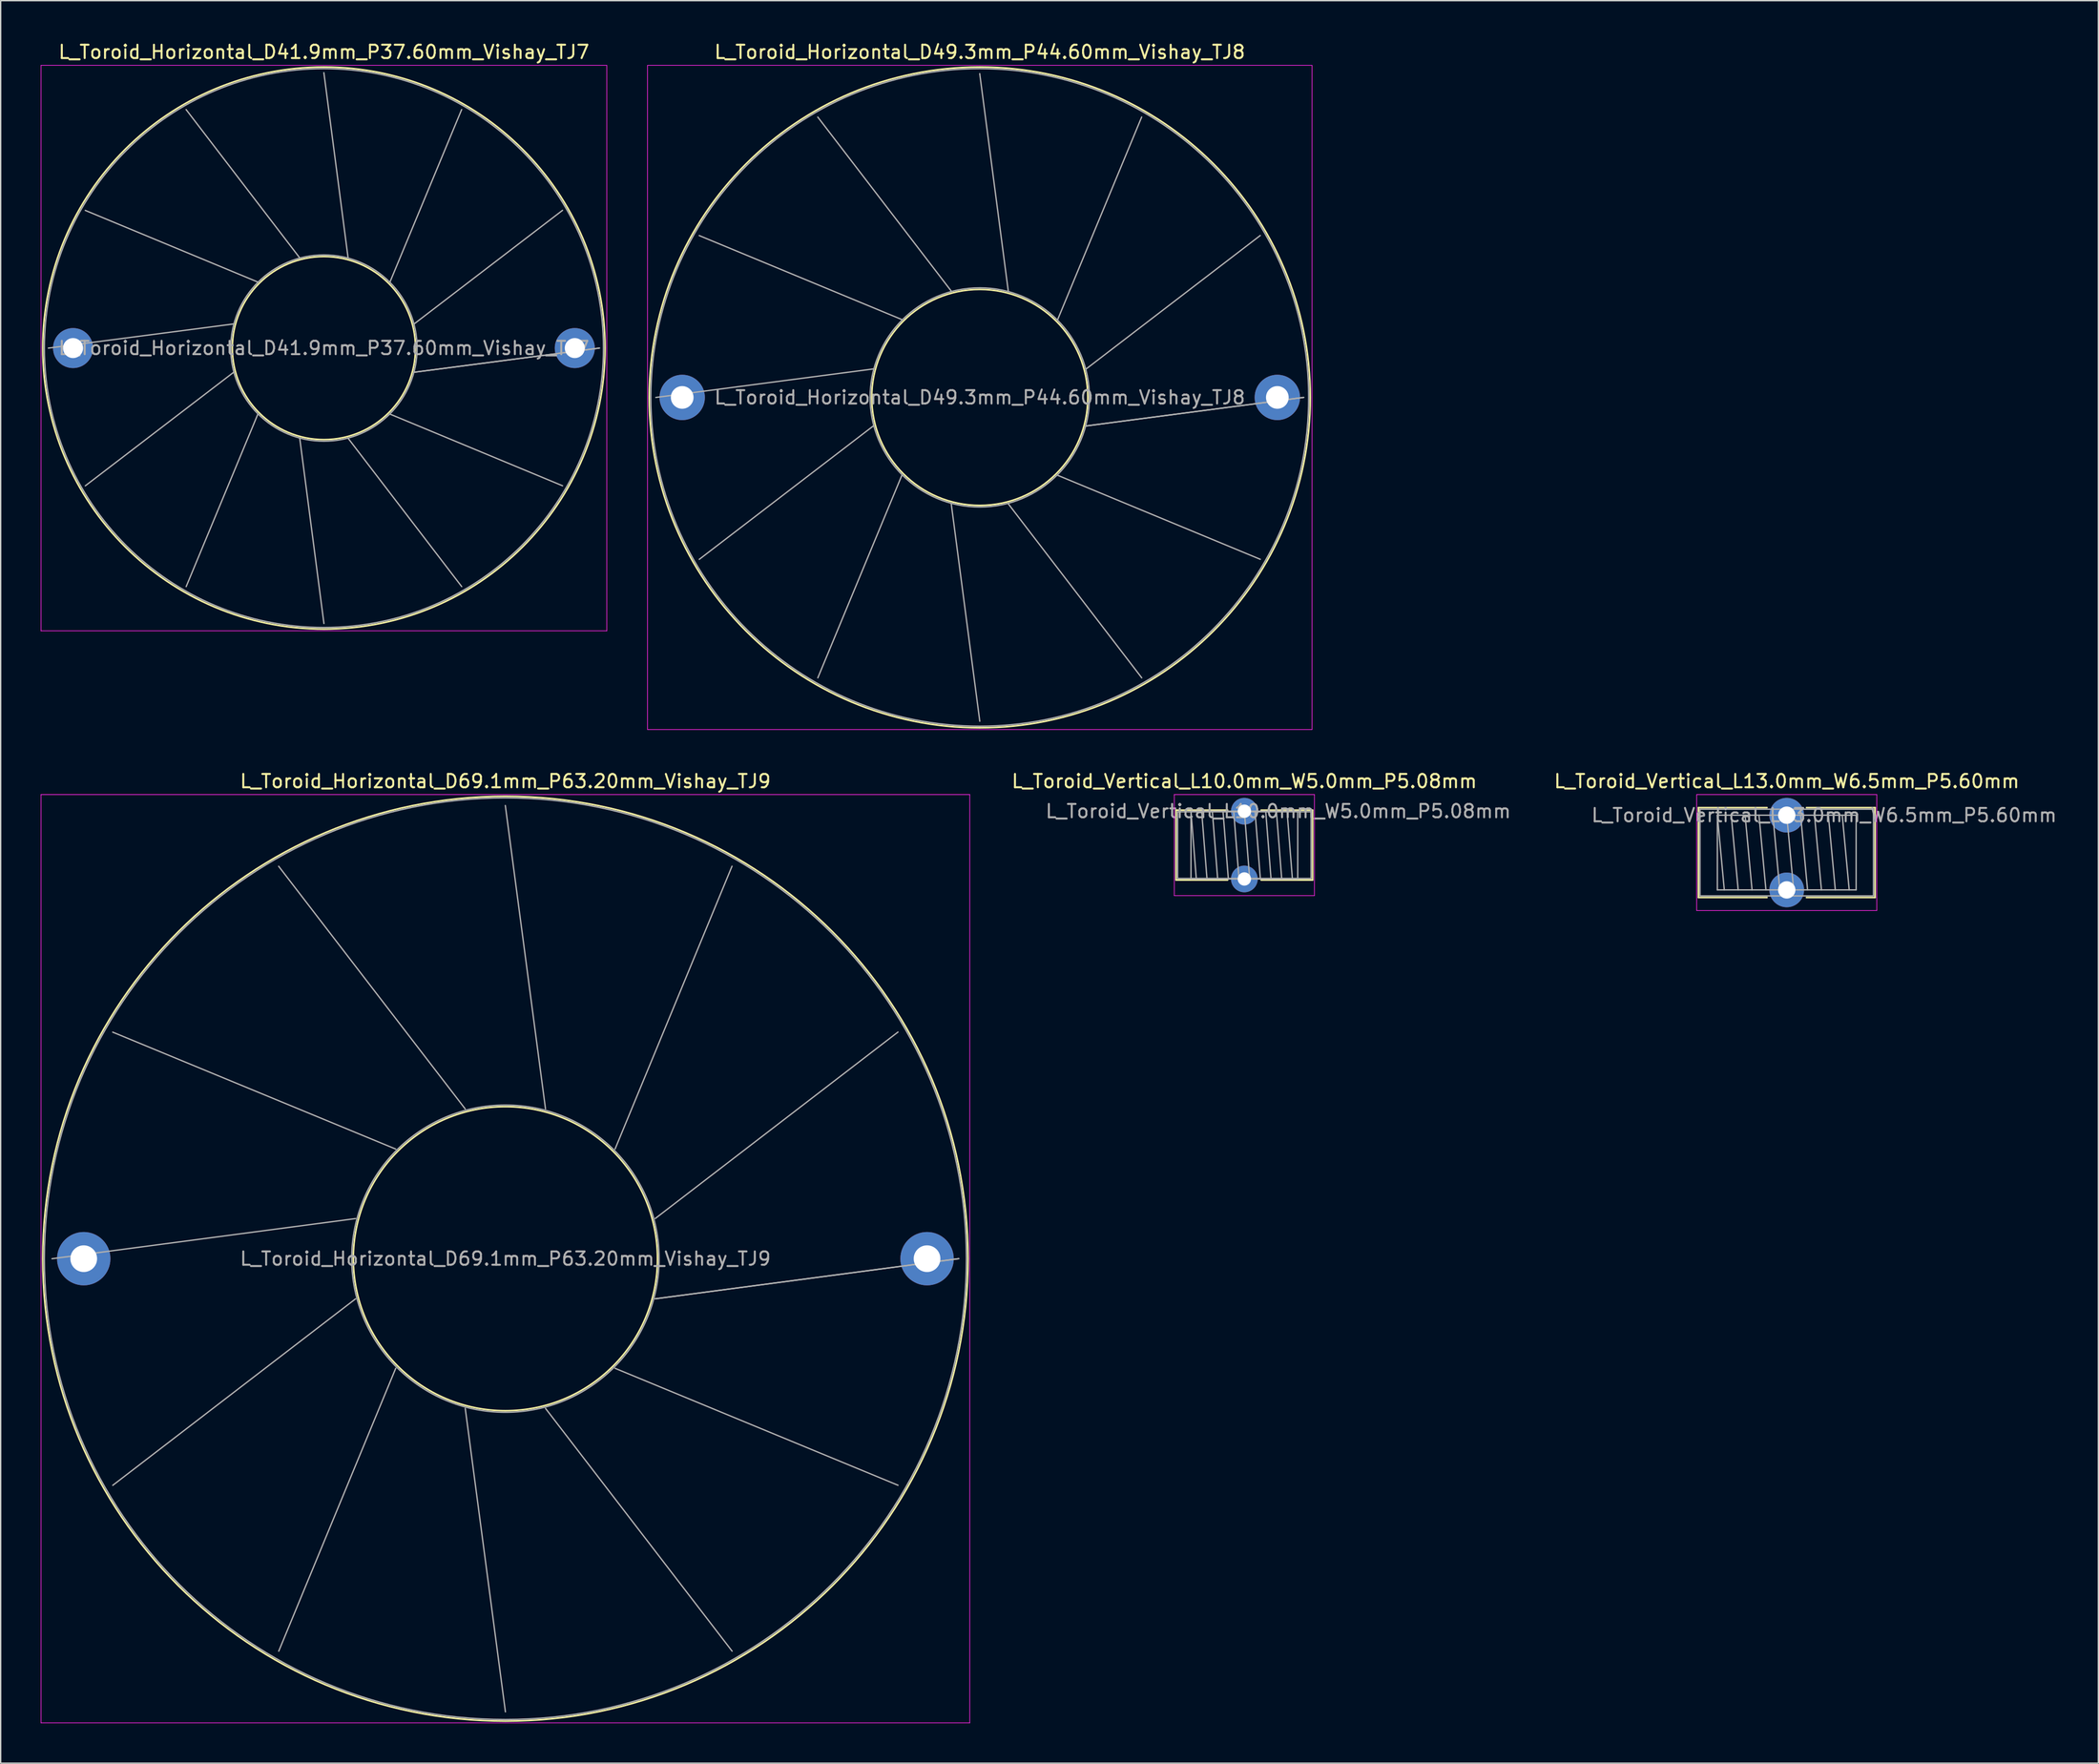
<source format=kicad_pcb>
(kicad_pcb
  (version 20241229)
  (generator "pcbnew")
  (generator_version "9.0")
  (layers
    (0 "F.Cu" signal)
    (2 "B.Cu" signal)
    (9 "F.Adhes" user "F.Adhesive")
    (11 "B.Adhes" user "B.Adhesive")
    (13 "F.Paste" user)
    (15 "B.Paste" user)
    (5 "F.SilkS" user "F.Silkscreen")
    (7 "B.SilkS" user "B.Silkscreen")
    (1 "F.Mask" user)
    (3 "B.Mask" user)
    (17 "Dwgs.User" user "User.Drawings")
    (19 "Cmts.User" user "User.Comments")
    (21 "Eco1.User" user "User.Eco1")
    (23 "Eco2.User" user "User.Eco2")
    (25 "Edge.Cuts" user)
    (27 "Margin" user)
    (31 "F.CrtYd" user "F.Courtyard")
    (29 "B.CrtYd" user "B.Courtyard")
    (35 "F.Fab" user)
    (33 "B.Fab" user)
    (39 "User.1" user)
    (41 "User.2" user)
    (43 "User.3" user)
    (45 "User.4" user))
  (footprint "L_Toroid_Vertical_L13.0mm_W6.5mm_P5.60mm"
    (layer "F.Cu")
    (at 130.851 58.072)
    (property "Reference" "L_Toroid_Vertical_L13.0mm_W6.5mm_P5.60mm" (at 0 -2.55 0) (layer "F.SilkS") (effects (font (size 1 1) (thickness 0.15))))
    (attr through_hole)
    (fp_line (start -6.62 -0.57) (end -6.62 6.17) (stroke (width 0.12) (type solid)) (layer "F.SilkS"))
    (fp_line (start -6.62 -0.57) (end -1.478 -0.57) (stroke (width 0.12) (type solid)) (layer "F.SilkS"))
    (fp_line (start -6.62 6.17) (end -1.478 6.17) (stroke (width 0.12) (type solid)) (layer "F.SilkS"))
    (fp_line (start 1.478 -0.57) (end 6.62 -0.57) (stroke (width 0.12) (type solid)) (layer "F.SilkS"))
    (fp_line (start 1.478 6.17) (end 6.62 6.17) (stroke (width 0.12) (type solid)) (layer "F.SilkS"))
    (fp_line (start 6.62 -0.57) (end 6.62 6.17) (stroke (width 0.12) (type solid)) (layer "F.SilkS"))
    (fp_line (start -6.75 -1.55) (end -6.75 7.15) (stroke (width 0.05) (type solid)) (layer "F.CrtYd"))
    (fp_line (start -6.75 7.15) (end 6.75 7.15) (stroke (width 0.05) (type solid)) (layer "F.CrtYd"))
    (fp_line (start 6.75 -1.55) (end -6.75 -1.55) (stroke (width 0.05) (type solid)) (layer "F.CrtYd"))
    (fp_line (start 6.75 7.15) (end 6.75 -1.55) (stroke (width 0.05) (type solid)) (layer "F.CrtYd"))
    (fp_line (start -6.5 -0.45) (end -6.5 6.05) (stroke (width 0.1) (type solid)) (layer "F.Fab"))
    (fp_line (start -6.5 6.05) (end 6.5 6.05) (stroke (width 0.1) (type solid)) (layer "F.Fab"))
    (fp_line (start -5.2 0) (end -5.2 5.6) (stroke (width 0.1) (type solid)) (layer "F.Fab"))
    (fp_line (start -5.2 0) (end -4.68 5.6) (stroke (width 0.1) (type solid)) (layer "F.Fab"))
    (fp_line (start -5.2 5.6) (end 5.2 5.6) (stroke (width 0.1) (type solid)) (layer "F.Fab"))
    (fp_line (start -4.16 0) (end -3.64 5.6) (stroke (width 0.1) (type solid)) (layer "F.Fab"))
    (fp_line (start -3.12 0) (end -2.6 5.6) (stroke (width 0.1) (type solid)) (layer "F.Fab"))
    (fp_line (start -2.08 0) (end -1.56 5.6) (stroke (width 0.1) (type solid)) (layer "F.Fab"))
    (fp_line (start -1.04 0) (end -0.52 5.6) (stroke (width 0.1) (type solid)) (layer "F.Fab"))
    (fp_line (start 0 0) (end 0.52 5.6) (stroke (width 0.1) (type solid)) (layer "F.Fab"))
    (fp_line (start 1.04 0) (end 1.56 5.6) (stroke (width 0.1) (type solid)) (layer "F.Fab"))
    (fp_line (start 2.08 0) (end 2.6 5.6) (stroke (width 0.1) (type solid)) (layer "F.Fab"))
    (fp_line (start 3.12 0) (end 3.64 5.6) (stroke (width 0.1) (type solid)) (layer "F.Fab"))
    (fp_line (start 4.16 0) (end 4.68 5.6) (stroke (width 0.1) (type solid)) (layer "F.Fab"))
    (fp_line (start 5.2 0) (end -5.2 0) (stroke (width 0.1) (type solid)) (layer "F.Fab"))
    (fp_line (start 5.2 5.6) (end 5.2 0) (stroke (width 0.1) (type solid)) (layer "F.Fab"))
    (fp_line (start 6.5 -0.45) (end -6.5 -0.45) (stroke (width 0.1) (type solid)) (layer "F.Fab"))
    (fp_line (start 6.5 6.05) (end 6.5 -0.45) (stroke (width 0.1) (type solid)) (layer "F.Fab"))
    (fp_text user "${REFERENCE}" (at 2.8 0 0) (layer "F.Fab") (effects (font (size 1 1) (thickness 0.15))))
    (pad "1" thru_hole circle (at 0 0) (size 2.6 2.6) (drill 1.3) (layers "*.Cu" "*.Mask"))
    (pad "2" thru_hole circle (at 0 5.6) (size 2.6 2.6) (drill 1.3) (layers "*.Cu" "*.Mask")))
  (footprint "L_Toroid_Vertical_L10.0mm_W5.0mm_P5.08mm"
    (layer "F.Cu")
    (at 90.204 57.772)
    (property "Reference" "L_Toroid_Vertical_L10.0mm_W5.0mm_P5.08mm" (at 0 -2.25 0) (layer "F.SilkS") (effects (font (size 1 1) (thickness 0.15))))
    (attr through_hole)
    (fp_line (start -5.12 -0.08) (end -5.12 5.16) (stroke (width 0.12) (type solid)) (layer "F.SilkS"))
    (fp_line (start -5.12 -0.08) (end -1.255 -0.08) (stroke (width 0.12) (type solid)) (layer "F.SilkS"))
    (fp_line (start -5.12 5.16) (end -1.255 5.16) (stroke (width 0.12) (type solid)) (layer "F.SilkS"))
    (fp_line (start 1.255 -0.08) (end 5.12 -0.08) (stroke (width 0.12) (type solid)) (layer "F.SilkS"))
    (fp_line (start 1.255 5.16) (end 5.12 5.16) (stroke (width 0.12) (type solid)) (layer "F.SilkS"))
    (fp_line (start 5.12 -0.08) (end 5.12 5.16) (stroke (width 0.12) (type solid)) (layer "F.SilkS"))
    (fp_line (start -5.25 -1.25) (end -5.25 6.33) (stroke (width 0.05) (type solid)) (layer "F.CrtYd"))
    (fp_line (start -5.25 6.33) (end 5.25 6.33) (stroke (width 0.05) (type solid)) (layer "F.CrtYd"))
    (fp_line (start 5.25 -1.25) (end -5.25 -1.25) (stroke (width 0.05) (type solid)) (layer "F.CrtYd"))
    (fp_line (start 5.25 6.33) (end 5.25 -1.25) (stroke (width 0.05) (type solid)) (layer "F.CrtYd"))
    (fp_line (start -5 0.04) (end -5 5.04) (stroke (width 0.1) (type solid)) (layer "F.Fab"))
    (fp_line (start -5 5.04) (end 5 5.04) (stroke (width 0.1) (type solid)) (layer "F.Fab"))
    (fp_line (start -4 0) (end -4 5.08) (stroke (width 0.1) (type solid)) (layer "F.Fab"))
    (fp_line (start -4 0) (end -3.6 5.08) (stroke (width 0.1) (type solid)) (layer "F.Fab"))
    (fp_line (start -4 5.08) (end 4 5.08) (stroke (width 0.1) (type solid)) (layer "F.Fab"))
    (fp_line (start -3.2 0) (end -2.8 5.08) (stroke (width 0.1) (type solid)) (layer "F.Fab"))
    (fp_line (start -2.4 0) (end -2 5.08) (stroke (width 0.1) (type solid)) (layer "F.Fab"))
    (fp_line (start -1.6 0) (end -1.2 5.08) (stroke (width 0.1) (type solid)) (layer "F.Fab"))
    (fp_line (start -0.8 0) (end -0.4 5.08) (stroke (width 0.1) (type solid)) (layer "F.Fab"))
    (fp_line (start 0 0) (end 0.4 5.08) (stroke (width 0.1) (type solid)) (layer "F.Fab"))
    (fp_line (start 0.8 0) (end 1.2 5.08) (stroke (width 0.1) (type solid)) (layer "F.Fab"))
    (fp_line (start 1.6 0) (end 2 5.08) (stroke (width 0.1) (type solid)) (layer "F.Fab"))
    (fp_line (start 2.4 0) (end 2.8 5.08) (stroke (width 0.1) (type solid)) (layer "F.Fab"))
    (fp_line (start 3.2 0) (end 3.6 5.08) (stroke (width 0.1) (type solid)) (layer "F.Fab"))
    (fp_line (start 4 0) (end -4 0) (stroke (width 0.1) (type solid)) (layer "F.Fab"))
    (fp_line (start 4 5.08) (end 4 0) (stroke (width 0.1) (type solid)) (layer "F.Fab"))
    (fp_line (start 5 0.04) (end -5 0.04) (stroke (width 0.1) (type solid)) (layer "F.Fab"))
    (fp_line (start 5 5.04) (end 5 0.04) (stroke (width 0.1) (type solid)) (layer "F.Fab"))
    (fp_text user "${REFERENCE}" (at 2.54 0 0) (layer "F.Fab") (effects (font (size 1 1) (thickness 0.15))))
    (pad "1" thru_hole circle (at 0 0) (size 2 2) (drill 1) (layers "*.Cu" "*.Mask"))
    (pad "2" thru_hole circle (at 0 5.08) (size 2 2) (drill 1) (layers "*.Cu" "*.Mask")))
  (footprint "L_Toroid_Horizontal_D49.3mm_P44.60mm_Vishay_TJ8"
    (layer "F.Cu")
    (at 48.075 26.748)
    (property "Reference" "L_Toroid_Horizontal_D49.3mm_P44.60mm_Vishay_TJ8" (at 22.3 -25.9 0) (layer "F.SilkS") (effects (font (size 1 1) (thickness 0.15))))
    (attr through_hole)
    (fp_circle (center 22.3 0) (end 30.397 0) (stroke (width 0.12) (type solid)) (fill no) (layer "F.SilkS"))
    (fp_circle (center 22.3 0) (end 47.07 0) (stroke (width 0.12) (type solid)) (fill no) (layer "F.SilkS"))
    (fp_line (start -2.6 -24.9) (end -2.6 24.9) (stroke (width 0.05) (type solid)) (layer "F.CrtYd"))
    (fp_line (start -2.6 24.9) (end 47.2 24.9) (stroke (width 0.05) (type solid)) (layer "F.CrtYd"))
    (fp_line (start 47.2 -24.9) (end -2.6 -24.9) (stroke (width 0.05) (type solid)) (layer "F.CrtYd"))
    (fp_line (start 47.2 24.9) (end 47.2 -24.9) (stroke (width 0.05) (type solid)) (layer "F.CrtYd"))
    (fp_line (start -1.975 0.002) (end 14.323 -2.137) (stroke (width 0.1) (type solid)) (layer "F.Fab"))
    (fp_line (start 1.276 -12.135) (end 16.46 -5.839) (stroke (width 0.1) (type solid)) (layer "F.Fab"))
    (fp_line (start 1.279 12.139) (end 14.323 2.138) (stroke (width 0.1) (type solid)) (layer "F.Fab"))
    (fp_line (start 10.16 -21.021) (end 20.161 -7.977) (stroke (width 0.1) (type solid)) (layer "F.Fab"))
    (fp_line (start 10.164 21.023) (end 16.461 5.84) (stroke (width 0.1) (type solid)) (layer "F.Fab"))
    (fp_line (start 22.297 -24.275) (end 24.436 -7.978) (stroke (width 0.1) (type solid)) (layer "F.Fab"))
    (fp_line (start 22.301 24.275) (end 20.163 7.977) (stroke (width 0.1) (type solid)) (layer "F.Fab"))
    (fp_line (start 34.434 -21.024) (end 28.139 -5.841) (stroke (width 0.1) (type solid)) (layer "F.Fab"))
    (fp_line (start 34.438 21.022) (end 24.438 7.977) (stroke (width 0.1) (type solid)) (layer "F.Fab"))
    (fp_line (start 43.32 -12.141) (end 30.277 -2.139) (stroke (width 0.1) (type solid)) (layer "F.Fab"))
    (fp_line (start 43.323 12.137) (end 28.14 5.84) (stroke (width 0.1) (type solid)) (layer "F.Fab"))
    (fp_line (start 46.575 -0.004) (end 30.278 2.136) (stroke (width 0.1) (type solid)) (layer "F.Fab"))
    (fp_line (start 46.575 0) (end 30.277 2.137) (stroke (width 0.1) (type solid)) (layer "F.Fab"))
    (fp_circle (center 22.3 0) (end 30.517 0) (stroke (width 0.1) (type solid)) (fill no) (layer "F.Fab"))
    (fp_circle (center 22.3 0) (end 46.95 0) (stroke (width 0.1) (type solid)) (fill no) (layer "F.Fab"))
    (fp_text user "${REFERENCE}" (at 22.3 0 0) (layer "F.Fab") (effects (font (size 1 1) (thickness 0.15))))
    (pad "1" thru_hole circle (at 0 0) (size 3.4 3.4) (drill 1.7) (layers "*.Cu" "*.Mask"))
    (pad "2" thru_hole circle (at 44.6 0) (size 3.4 3.4) (drill 1.7) (layers "*.Cu" "*.Mask")))
  (footprint "L_Toroid_Horizontal_D69.1mm_P63.20mm_Vishay_TJ9"
    (layer "F.Cu")
    (at 3.225 91.322)
    (property "Reference" "L_Toroid_Horizontal_D69.1mm_P63.20mm_Vishay_TJ9" (at 31.6 -35.8 0) (layer "F.SilkS") (effects (font (size 1 1) (thickness 0.15))))
    (attr through_hole)
    (fp_circle (center 31.6 0) (end 42.997 0) (stroke (width 0.12) (type solid)) (fill no) (layer "F.SilkS"))
    (fp_circle (center 31.6 0) (end 66.27 0) (stroke (width 0.12) (type solid)) (fill no) (layer "F.SilkS"))
    (fp_line (start -3.2 -34.8) (end -3.2 34.8) (stroke (width 0.05) (type solid)) (layer "F.CrtYd"))
    (fp_line (start -3.2 34.8) (end 66.4 34.8) (stroke (width 0.05) (type solid)) (layer "F.CrtYd"))
    (fp_line (start 66.4 -34.8) (end -3.2 -34.8) (stroke (width 0.05) (type solid)) (layer "F.CrtYd"))
    (fp_line (start 66.4 34.8) (end 66.4 -34.8) (stroke (width 0.05) (type solid)) (layer "F.CrtYd"))
    (fp_line (start -2.377 0.003) (end 20.371 -3.008) (stroke (width 0.1) (type solid)) (layer "F.Fab"))
    (fp_line (start 2.174 -16.985) (end 23.379 -8.219) (stroke (width 0.1) (type solid)) (layer "F.Fab"))
    (fp_line (start 2.177 16.991) (end 20.372 3.01) (stroke (width 0.1) (type solid)) (layer "F.Fab"))
    (fp_line (start 14.608 -29.422) (end 28.59 -11.228) (stroke (width 0.1) (type solid)) (layer "F.Fab"))
    (fp_line (start 14.614 29.426) (end 23.381 8.22) (stroke (width 0.1) (type solid)) (layer "F.Fab"))
    (fp_line (start 31.595 -33.977) (end 34.607 -11.229) (stroke (width 0.1) (type solid)) (layer "F.Fab"))
    (fp_line (start 31.602 33.977) (end 28.592 11.229) (stroke (width 0.1) (type solid)) (layer "F.Fab"))
    (fp_line (start 48.584 -29.427) (end 39.819 -8.221) (stroke (width 0.1) (type solid)) (layer "F.Fab"))
    (fp_line (start 48.589 29.424) (end 34.609 11.228) (stroke (width 0.1) (type solid)) (layer "F.Fab"))
    (fp_line (start 61.022 -16.993) (end 42.828 -3.011) (stroke (width 0.1) (type solid)) (layer "F.Fab"))
    (fp_line (start 61.025 16.988) (end 39.82 8.22) (stroke (width 0.1) (type solid)) (layer "F.Fab"))
    (fp_line (start 65.577 -0.006) (end 42.829 3.006) (stroke (width 0.1) (type solid)) (layer "F.Fab"))
    (fp_line (start 65.577 0) (end 42.829 3.009) (stroke (width 0.1) (type solid)) (layer "F.Fab"))
    (fp_circle (center 31.6 0) (end 43.117 0) (stroke (width 0.1) (type solid)) (fill no) (layer "F.Fab"))
    (fp_circle (center 31.6 0) (end 66.15 0) (stroke (width 0.1) (type solid)) (fill no) (layer "F.Fab"))
    (fp_text user "${REFERENCE}" (at 31.6 0 0) (layer "F.Fab") (effects (font (size 1 1) (thickness 0.15))))
    (pad "1" thru_hole circle (at 0 0) (size 4 4) (drill 2) (layers "*.Cu" "*.Mask"))
    (pad "2" thru_hole circle (at 63.2 0) (size 4 4) (drill 2) (layers "*.Cu" "*.Mask")))
  (footprint "L_Toroid_Horizontal_D41.9mm_P37.60mm_Vishay_TJ7"
    (layer "F.Cu")
    (at 2.425 23.048)
    (property "Reference" "L_Toroid_Horizontal_D41.9mm_P37.60mm_Vishay_TJ7" (at 18.8 -22.2 0) (layer "F.SilkS") (effects (font (size 1 1) (thickness 0.15))))
    (attr through_hole)
    (fp_circle (center 18.8 0) (end 25.663 0) (stroke (width 0.12) (type solid)) (fill no) (layer "F.SilkS"))
    (fp_circle (center 18.8 0) (end 39.87 0) (stroke (width 0.12) (type solid)) (fill no) (layer "F.SilkS"))
    (fp_line (start -2.4 -21.2) (end -2.4 21.2) (stroke (width 0.05) (type solid)) (layer "F.CrtYd"))
    (fp_line (start -2.4 21.2) (end 40 21.2) (stroke (width 0.05) (type solid)) (layer "F.CrtYd"))
    (fp_line (start 40 -21.2) (end -2.4 -21.2) (stroke (width 0.05) (type solid)) (layer "F.CrtYd"))
    (fp_line (start 40 21.2) (end 40 -21.2) (stroke (width 0.05) (type solid)) (layer "F.CrtYd"))
    (fp_line (start -1.849 0.002) (end 12.038 -1.811) (stroke (width 0.1) (type solid)) (layer "F.Fab"))
    (fp_line (start 0.917 -10.322) (end 13.849 -4.95) (stroke (width 0.1) (type solid)) (layer "F.Fab"))
    (fp_line (start 0.919 10.326) (end 12.038 1.812) (stroke (width 0.1) (type solid)) (layer "F.Fab"))
    (fp_line (start 8.473 -17.881) (end 16.987 -6.762) (stroke (width 0.1) (type solid)) (layer "F.Fab"))
    (fp_line (start 8.477 17.883) (end 13.85 4.951) (stroke (width 0.1) (type solid)) (layer "F.Fab"))
    (fp_line (start 18.797 -20.649) (end 20.611 -6.762) (stroke (width 0.1) (type solid)) (layer "F.Fab"))
    (fp_line (start 18.801 20.649) (end 16.988 6.762) (stroke (width 0.1) (type solid)) (layer "F.Fab"))
    (fp_line (start 29.122 -17.884) (end 23.749 -4.951) (stroke (width 0.1) (type solid)) (layer "F.Fab"))
    (fp_line (start 29.125 17.882) (end 20.612 6.762) (stroke (width 0.1) (type solid)) (layer "F.Fab"))
    (fp_line (start 36.68 -10.327) (end 25.562 -1.813) (stroke (width 0.1) (type solid)) (layer "F.Fab"))
    (fp_line (start 36.682 10.324) (end 23.75 4.95) (stroke (width 0.1) (type solid)) (layer "F.Fab"))
    (fp_line (start 39.449 -0.004) (end 25.562 1.811) (stroke (width 0.1) (type solid)) (layer "F.Fab"))
    (fp_line (start 39.449 0) (end 25.562 1.812) (stroke (width 0.1) (type solid)) (layer "F.Fab"))
    (fp_circle (center 18.8 0) (end 25.783 0) (stroke (width 0.1) (type solid)) (fill no) (layer "F.Fab"))
    (fp_circle (center 18.8 0) (end 39.75 0) (stroke (width 0.1) (type solid)) (fill no) (layer "F.Fab"))
    (fp_text user "${REFERENCE}" (at 18.8 0 0) (layer "F.Fab") (effects (font (size 1 1) (thickness 0.15))))
    (pad "1" thru_hole circle (at 0 0) (size 3 3) (drill 1.5) (layers "*.Cu" "*.Mask"))
    (pad "2" thru_hole circle (at 37.6 0) (size 3 3) (drill 1.5) (layers "*.Cu" "*.Mask")))
  (gr_rect
    (start -3 -3)
    (end 154.204 129.147)
    (stroke (width 0.1) (type default))
    (fill no)
    (layer "Edge.Cuts")))
</source>
